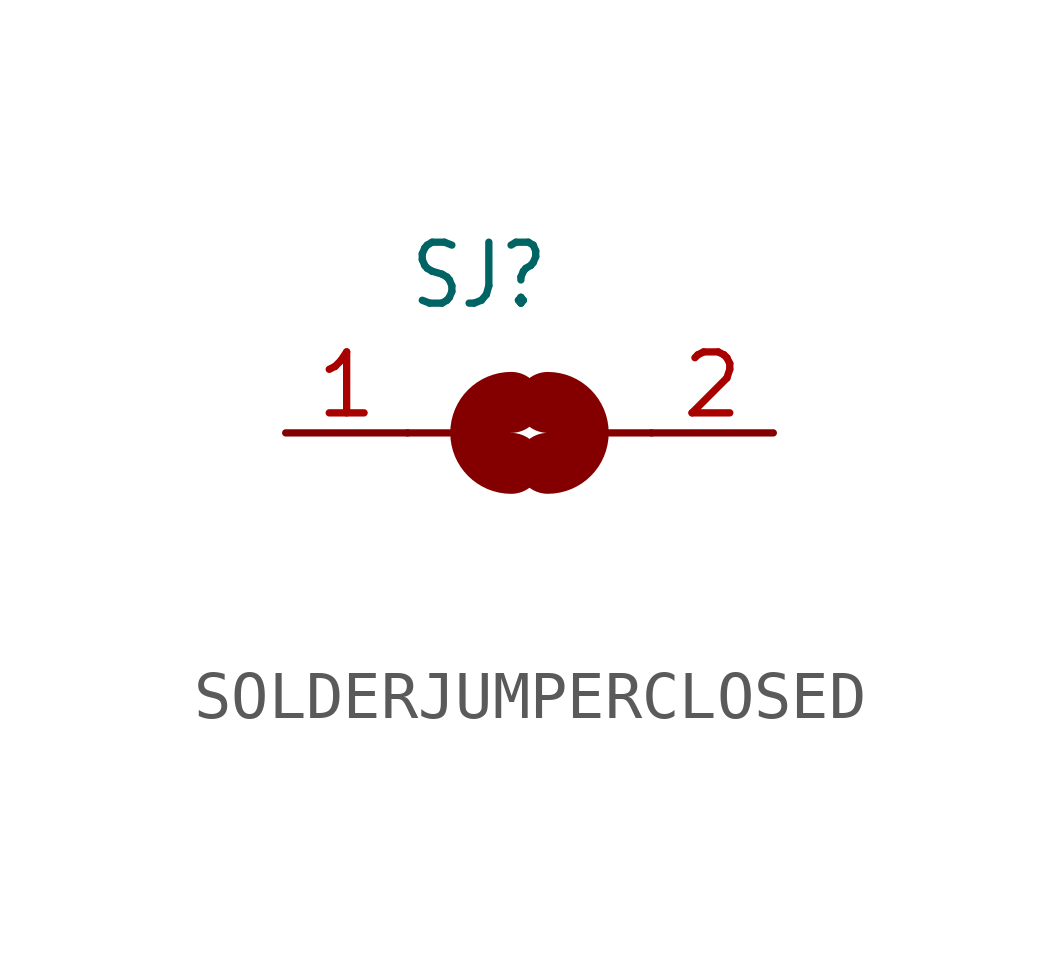
<source format=kicad_sym>
(kicad_symbol_lib
  (version 20220914)
  (generator kicad_symbol_editor)
  (symbol "SOLDERJUMPERCLOSED"
    (property "Reference" "SJ"
      (at -2.54 2.54 0)
      (effects (font (size 1.27 1.079)) (justify left bottom)))
    (property "Value" ""
      (at -2.54 -3.81 0)
      (effects (font (size 1.27 1.079)) (justify left bottom)))
    (property "ki_locked" ""
      (at 0 0 0)
      (effects (font (size 1.27 1.27))))
    (symbol "SOLDERJUMPERCLOSED_1_0"
      (arc (start -0.3808 0.635) (mid -1.0159 0.0001) (end -0.381 -0.635) (stroke (width 1.27) (type solid)) (fill (type none)))
      (polyline (pts (xy -2.54 0) (xy -1.651 0)) (stroke (width 0.152) (type solid)) (fill (type none)))
      (polyline (pts (xy 2.54 0) (xy 1.651 0)) (stroke (width 0.152) (type solid)) (fill (type none)))
      (arc (start 0.3808 -0.635) (mid 1.0159 -0.0001) (end 0.381 0.635) (stroke (width 1.27) (type solid)) (fill (type none)))
      (pin passive line (at -5.08 0 0) (length 2.54) (name "1" (effects (font (size 0 0)))) (number "1" (effects (font (size 1.27 1.27)))))
      (pin passive line (at 5.08 0 180) (length 2.54) (name "2" (effects (font (size 0 0)))) (number "2" (effects (font (size 1.27 1.27))))))))
</source>
